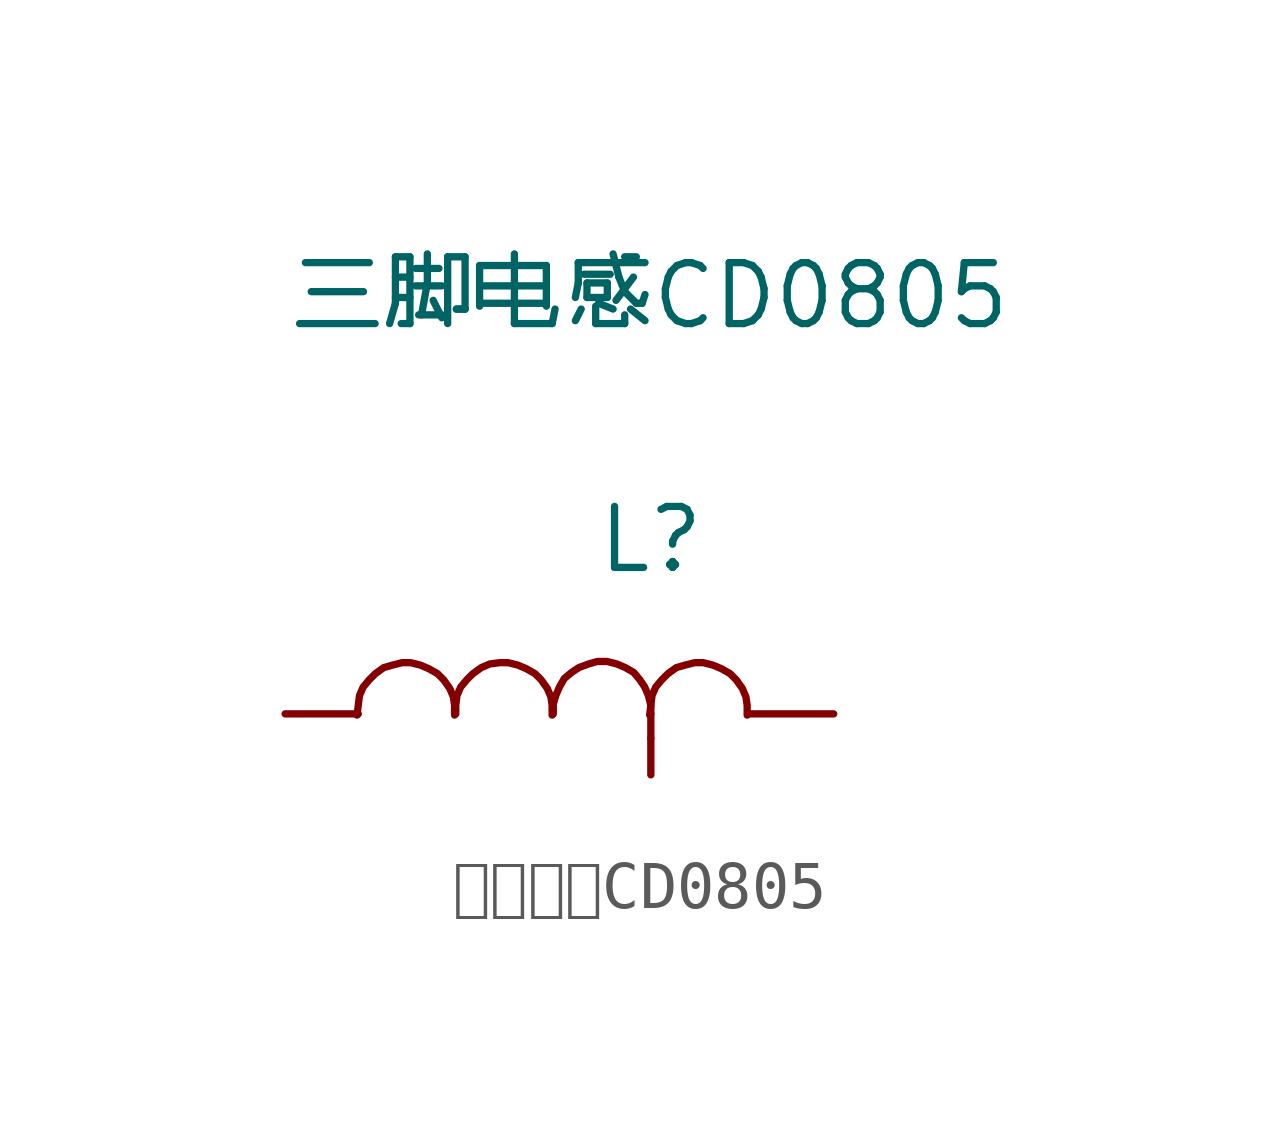
<source format=kicad_sym>
(kicad_symbol_lib
  (version 20231120)
  (generator "kicad_symbol_editor")
  (generator_version "8.0")
  (symbol "三脚电感CD0805"
    (pin_numbers hide)
    (pin_names
      (offset 1.016) hide)
    (property "Reference" "L"
      (at 0 3.632 0)
      (effects (font (size 1.27 1.27))))
    (property "Value" "三脚电感CD0805"
      (at 0 8.712 0)
      (effects (font (size 1.27 1.27))))
    (symbol "三脚电感CD0805_1_1"
      (polyline (pts (xy 0 0) (xy 0 -0.508)) (stroke (width 0.152) (type solid)) (fill (type none)))
      (polyline (pts (xy -6.121 -0.025) (xy -6.096 0.178) (xy -6.071 0.381) (xy -5.994 0.559) (xy -5.867 0.711) (xy -5.74 0.838) (xy -5.563 0.965) (xy -5.385 1.016) (xy -5.182 1.067) (xy -5.004 1.067) (xy -4.801 1.016) (xy -4.623 0.94) (xy -4.445 0.838) (xy -4.318 0.711) (xy -4.191 0.533) (xy -4.115 0.356) (xy -4.089 0.178) (xy -4.089 -0.025)) (stroke (width 0.152) (type solid)) (fill (type none)))
      (polyline (pts (xy -4.064 0) (xy -4.064 0.178) (xy -4.039 0.381) (xy -3.962 0.559) (xy -3.835 0.711) (xy -3.708 0.838) (xy -3.531 0.965) (xy -3.353 1.041) (xy -3.15 1.067) (xy -2.972 1.067) (xy -2.769 1.016) (xy -2.591 0.94) (xy -2.413 0.838) (xy -2.286 0.711) (xy -2.159 0.533) (xy -2.083 0.356) (xy -2.057 0.178) (xy -2.057 -0.025)) (stroke (width 0.152) (type solid)) (fill (type none)))
      (polyline (pts (xy -2.032 0) (xy -2.032 0.203) (xy -1.981 0.381) (xy -1.905 0.559) (xy -1.803 0.737) (xy -1.651 0.864) (xy -1.499 0.965) (xy -1.295 1.041) (xy -1.118 1.092) (xy -0.914 1.092) (xy -0.711 1.041) (xy -0.533 0.965) (xy -0.356 0.864) (xy -0.229 0.711) (xy -0.127 0.559) (xy -0.051 0.381) (xy 0 0.178) (xy 0 0)) (stroke (width 0.152) (type solid)) (fill (type none)))
      (polyline (pts (xy -0.025 -0.025) (xy 0 0.178) (xy 0.025 0.381) (xy 0.102 0.559) (xy 0.229 0.711) (xy 0.356 0.838) (xy 0.533 0.965) (xy 0.711 1.016) (xy 0.914 1.067) (xy 1.092 1.067) (xy 1.295 1.016) (xy 1.473 0.94) (xy 1.651 0.838) (xy 1.778 0.711) (xy 1.905 0.533) (xy 1.981 0.356) (xy 2.007 0.178) (xy 2.007 -0.025)) (stroke (width 0.152) (type solid)) (fill (type none)))
      (pin bidirectional line (at 0 -1.27 90) (length 0.762) (name "1" (effects (font (size 1.27 1.27)))) (number "1" (effects (font (size 1.27 1.27)))))
      (pin bidirectional line (at -7.62 0 0) (length 1.524) (name "2" (effects (font (size 1.27 1.27)))) (number "2" (effects (font (size 1.27 1.27)))))
      (pin bidirectional line (at 3.81 0 180) (length 1.778) (name "3" (effects (font (size 1.27 1.27)))) (number "3" (effects (font (size 1.27 1.27))))))))
</source>
